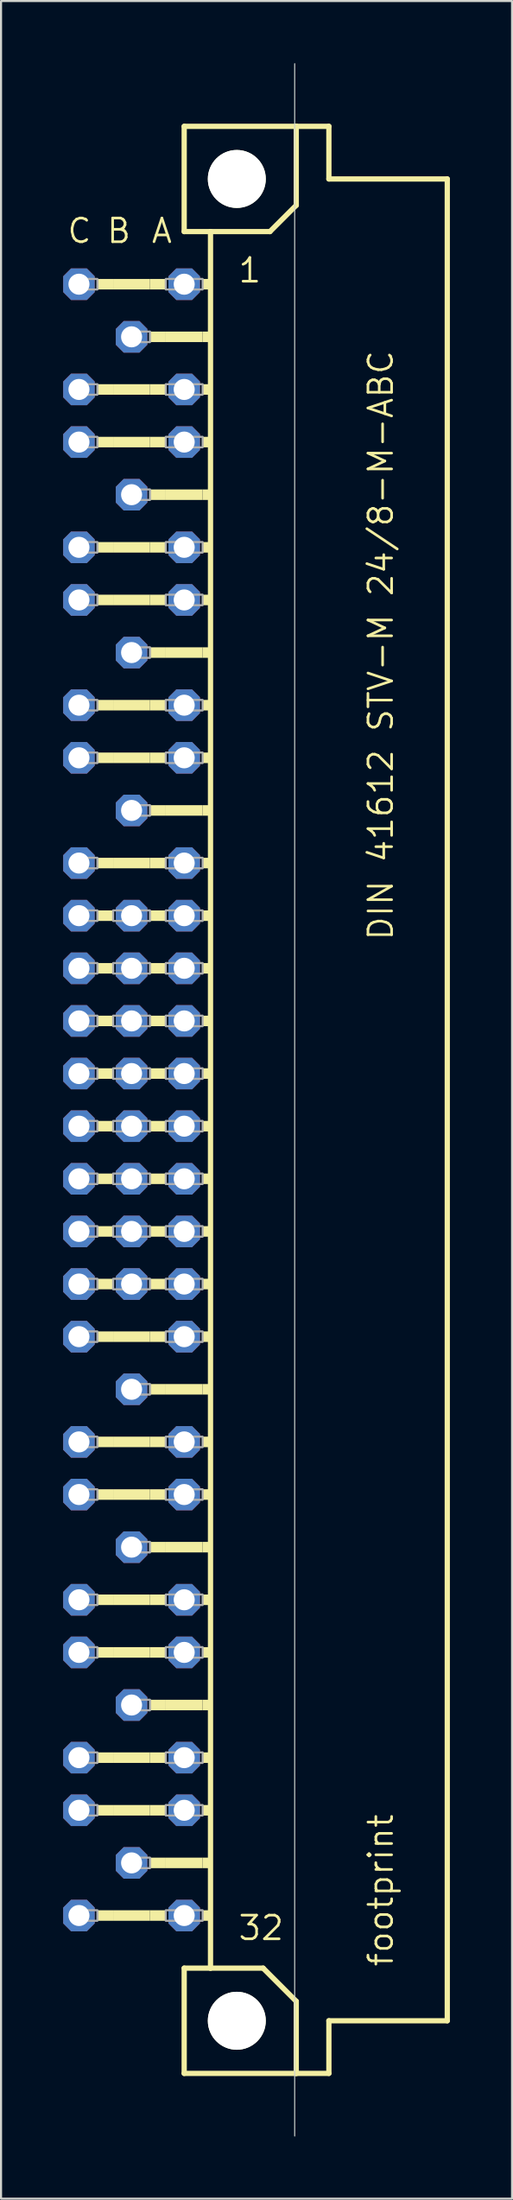
<source format=kicad_pcb>
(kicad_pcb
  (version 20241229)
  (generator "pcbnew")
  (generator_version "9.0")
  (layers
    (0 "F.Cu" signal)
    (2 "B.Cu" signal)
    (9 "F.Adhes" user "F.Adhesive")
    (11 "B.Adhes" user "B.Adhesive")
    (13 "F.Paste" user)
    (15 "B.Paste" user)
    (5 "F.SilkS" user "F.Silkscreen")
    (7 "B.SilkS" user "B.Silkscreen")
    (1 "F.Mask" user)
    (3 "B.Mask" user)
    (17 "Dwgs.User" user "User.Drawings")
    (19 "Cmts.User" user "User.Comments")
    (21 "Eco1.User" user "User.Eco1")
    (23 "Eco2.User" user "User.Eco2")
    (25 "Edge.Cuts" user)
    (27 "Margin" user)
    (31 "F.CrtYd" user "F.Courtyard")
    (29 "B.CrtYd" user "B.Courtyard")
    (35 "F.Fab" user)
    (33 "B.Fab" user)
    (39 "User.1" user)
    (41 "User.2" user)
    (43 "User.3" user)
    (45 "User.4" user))
  (footprint "footprint"
    (layer "F.Cu")
    (at 8.382 50.038)
    (property "Reference" "footprint" (at 7.62 41.91 90) (layer "F.SilkS") (effects (font (size 1.143 1.143) (thickness 0.127)) (justify left bottom)))
    (fp_line (start -2.54 -46.99) (end -2.54 -41.91) (stroke (width 0.254) (type solid)) (layer "F.SilkS"))
    (fp_line (start -2.54 -41.91) (end -1.27 -41.91) (stroke (width 0.254) (type solid)) (layer "F.SilkS"))
    (fp_line (start -2.54 41.91) (end -2.54 46.99) (stroke (width 0.254) (type solid)) (layer "F.SilkS"))
    (fp_line (start -2.54 41.91) (end -1.27 41.91) (stroke (width 0.254) (type solid)) (layer "F.SilkS"))
    (fp_line (start -2.54 46.99) (end 2.87 46.99) (stroke (width 0.254) (type solid)) (layer "F.SilkS"))
    (fp_line (start -1.27 -41.91) (end -1.27 41.91) (stroke (width 0.254) (type solid)) (layer "F.SilkS"))
    (fp_line (start -1.27 -41.91) (end 1.6 -41.91) (stroke (width 0.254) (type solid)) (layer "F.SilkS"))
    (fp_line (start -1.27 41.91) (end 1.27 41.91) (stroke (width 0.254) (type solid)) (layer "F.SilkS"))
    (fp_line (start 1.6 -41.91) (end 2.87 -43.18) (stroke (width 0.254) (type solid)) (layer "F.SilkS"))
    (fp_line (start 2.87 -46.99) (end -2.54 -46.99) (stroke (width 0.254) (type solid)) (layer "F.SilkS"))
    (fp_line (start 2.87 -43.18) (end 2.87 -46.99) (stroke (width 0.254) (type solid)) (layer "F.SilkS"))
    (fp_line (start 2.87 43.51) (end 1.27 41.91) (stroke (width 0.254) (type solid)) (layer "F.SilkS"))
    (fp_line (start 2.87 43.51) (end 2.87 46.99) (stroke (width 0.254) (type solid)) (layer "F.SilkS"))
    (fp_line (start 2.87 46.99) (end 4.445 46.99) (stroke (width 0.254) (type solid)) (layer "F.SilkS"))
    (fp_line (start 4.445 -46.99) (end 2.87 -46.99) (stroke (width 0.254) (type solid)) (layer "F.SilkS"))
    (fp_line (start 4.445 -44.45) (end 4.445 -46.99) (stroke (width 0.254) (type solid)) (layer "F.SilkS"))
    (fp_line (start 4.445 44.45) (end 10.16 44.45) (stroke (width 0.254) (type solid)) (layer "F.SilkS"))
    (fp_line (start 4.445 46.99) (end 4.445 44.45) (stroke (width 0.254) (type solid)) (layer "F.SilkS"))
    (fp_line (start 10.16 -44.45) (end 4.445 -44.45) (stroke (width 0.254) (type solid)) (layer "F.SilkS"))
    (fp_line (start 10.16 44.45) (end 10.16 -44.45) (stroke (width 0.254) (type solid)) (layer "F.SilkS"))
    (fp_circle (center 0 -44.45) (end 1.27 -44.45) (stroke (width 0.254) (type solid)) (fill no) (layer "F.SilkS"))
    (fp_circle (center 0 44.45) (end 1.27 44.45) (stroke (width 0.254) (type solid)) (fill no) (layer "F.SilkS"))
    (fp_poly (pts (xy -6.731 -39.116) (xy -5.969 -39.116) (xy -5.969 -39.624) (xy -6.731 -39.624)) (stroke (width 0) (type solid)) (fill yes) (layer "F.SilkS"))
    (fp_poly (pts (xy -6.731 -34.036) (xy -5.969 -34.036) (xy -5.969 -34.544) (xy -6.731 -34.544)) (stroke (width 0) (type solid)) (fill yes) (layer "F.SilkS"))
    (fp_poly (pts (xy -6.731 -31.496) (xy -5.969 -31.496) (xy -5.969 -32.004) (xy -6.731 -32.004)) (stroke (width 0) (type solid)) (fill yes) (layer "F.SilkS"))
    (fp_poly (pts (xy -6.731 -26.416) (xy -5.969 -26.416) (xy -5.969 -26.924) (xy -6.731 -26.924)) (stroke (width 0) (type solid)) (fill yes) (layer "F.SilkS"))
    (fp_poly (pts (xy -6.731 -23.876) (xy -5.969 -23.876) (xy -5.969 -24.384) (xy -6.731 -24.384)) (stroke (width 0) (type solid)) (fill yes) (layer "F.SilkS"))
    (fp_poly (pts (xy -6.731 -18.796) (xy -5.969 -18.796) (xy -5.969 -19.304) (xy -6.731 -19.304)) (stroke (width 0) (type solid)) (fill yes) (layer "F.SilkS"))
    (fp_poly (pts (xy -6.731 -16.256) (xy -5.969 -16.256) (xy -5.969 -16.764) (xy -6.731 -16.764)) (stroke (width 0) (type solid)) (fill yes) (layer "F.SilkS"))
    (fp_poly (pts (xy -6.731 -11.176) (xy -5.969 -11.176) (xy -5.969 -11.684) (xy -6.731 -11.684)) (stroke (width 0) (type solid)) (fill yes) (layer "F.SilkS"))
    (fp_poly (pts (xy -6.731 -8.636) (xy -5.969 -8.636) (xy -5.969 -9.144) (xy -6.731 -9.144)) (stroke (width 0) (type solid)) (fill yes) (layer "F.SilkS"))
    (fp_poly (pts (xy -6.731 -6.096) (xy -5.969 -6.096) (xy -5.969 -6.604) (xy -6.731 -6.604)) (stroke (width 0) (type solid)) (fill yes) (layer "F.SilkS"))
    (fp_poly (pts (xy -6.731 -3.556) (xy -5.969 -3.556) (xy -5.969 -4.064) (xy -6.731 -4.064)) (stroke (width 0) (type solid)) (fill yes) (layer "F.SilkS"))
    (fp_poly (pts (xy -6.731 -1.016) (xy -5.969 -1.016) (xy -5.969 -1.524) (xy -6.731 -1.524)) (stroke (width 0) (type solid)) (fill yes) (layer "F.SilkS"))
    (fp_poly (pts (xy -6.731 1.524) (xy -5.969 1.524) (xy -5.969 1.016) (xy -6.731 1.016)) (stroke (width 0) (type solid)) (fill yes) (layer "F.SilkS"))
    (fp_poly (pts (xy -6.731 4.064) (xy -5.969 4.064) (xy -5.969 3.556) (xy -6.731 3.556)) (stroke (width 0) (type solid)) (fill yes) (layer "F.SilkS"))
    (fp_poly (pts (xy -6.731 6.604) (xy -5.969 6.604) (xy -5.969 6.096) (xy -6.731 6.096)) (stroke (width 0) (type solid)) (fill yes) (layer "F.SilkS"))
    (fp_poly (pts (xy -6.731 9.144) (xy -5.969 9.144) (xy -5.969 8.636) (xy -6.731 8.636)) (stroke (width 0) (type solid)) (fill yes) (layer "F.SilkS"))
    (fp_poly (pts (xy -6.731 11.684) (xy -5.969 11.684) (xy -5.969 11.176) (xy -6.731 11.176)) (stroke (width 0) (type solid)) (fill yes) (layer "F.SilkS"))
    (fp_poly (pts (xy -6.731 16.764) (xy -5.969 16.764) (xy -5.969 16.256) (xy -6.731 16.256)) (stroke (width 0) (type solid)) (fill yes) (layer "F.SilkS"))
    (fp_poly (pts (xy -6.731 19.304) (xy -5.969 19.304) (xy -5.969 18.796) (xy -6.731 18.796)) (stroke (width 0) (type solid)) (fill yes) (layer "F.SilkS"))
    (fp_poly (pts (xy -6.731 24.384) (xy -5.969 24.384) (xy -5.969 23.876) (xy -6.731 23.876)) (stroke (width 0) (type solid)) (fill yes) (layer "F.SilkS"))
    (fp_poly (pts (xy -6.731 26.924) (xy -5.969 26.924) (xy -5.969 26.416) (xy -6.731 26.416)) (stroke (width 0) (type solid)) (fill yes) (layer "F.SilkS"))
    (fp_poly (pts (xy -6.731 32.004) (xy -5.969 32.004) (xy -5.969 31.496) (xy -6.731 31.496)) (stroke (width 0) (type solid)) (fill yes) (layer "F.SilkS"))
    (fp_poly (pts (xy -6.731 34.544) (xy -5.969 34.544) (xy -5.969 34.036) (xy -6.731 34.036)) (stroke (width 0) (type solid)) (fill yes) (layer "F.SilkS"))
    (fp_poly (pts (xy -6.731 39.624) (xy -5.969 39.624) (xy -5.969 39.116) (xy -6.731 39.116)) (stroke (width 0) (type solid)) (fill yes) (layer "F.SilkS"))
    (fp_poly (pts (xy -5.969 -39.116) (xy -4.191 -39.116) (xy -4.191 -39.624) (xy -5.969 -39.624)) (stroke (width 0) (type solid)) (fill yes) (layer "F.SilkS"))
    (fp_poly (pts (xy -5.969 -34.036) (xy -4.191 -34.036) (xy -4.191 -34.544) (xy -5.969 -34.544)) (stroke (width 0) (type solid)) (fill yes) (layer "F.SilkS"))
    (fp_poly (pts (xy -5.969 -31.496) (xy -4.191 -31.496) (xy -4.191 -32.004) (xy -5.969 -32.004)) (stroke (width 0) (type solid)) (fill yes) (layer "F.SilkS"))
    (fp_poly (pts (xy -5.969 -26.416) (xy -4.191 -26.416) (xy -4.191 -26.924) (xy -5.969 -26.924)) (stroke (width 0) (type solid)) (fill yes) (layer "F.SilkS"))
    (fp_poly (pts (xy -5.969 -23.876) (xy -4.191 -23.876) (xy -4.191 -24.384) (xy -5.969 -24.384)) (stroke (width 0) (type solid)) (fill yes) (layer "F.SilkS"))
    (fp_poly (pts (xy -5.969 -18.796) (xy -4.191 -18.796) (xy -4.191 -19.304) (xy -5.969 -19.304)) (stroke (width 0) (type solid)) (fill yes) (layer "F.SilkS"))
    (fp_poly (pts (xy -5.969 -16.256) (xy -4.191 -16.256) (xy -4.191 -16.764) (xy -5.969 -16.764)) (stroke (width 0) (type solid)) (fill yes) (layer "F.SilkS"))
    (fp_poly (pts (xy -5.969 -11.176) (xy -4.191 -11.176) (xy -4.191 -11.684) (xy -5.969 -11.684)) (stroke (width 0) (type solid)) (fill yes) (layer "F.SilkS"))
    (fp_poly (pts (xy -5.969 11.684) (xy -4.191 11.684) (xy -4.191 11.176) (xy -5.969 11.176)) (stroke (width 0) (type solid)) (fill yes) (layer "F.SilkS"))
    (fp_poly (pts (xy -5.969 16.764) (xy -4.191 16.764) (xy -4.191 16.256) (xy -5.969 16.256)) (stroke (width 0) (type solid)) (fill yes) (layer "F.SilkS"))
    (fp_poly (pts (xy -5.969 19.304) (xy -4.191 19.304) (xy -4.191 18.796) (xy -5.969 18.796)) (stroke (width 0) (type solid)) (fill yes) (layer "F.SilkS"))
    (fp_poly (pts (xy -5.969 24.384) (xy -4.191 24.384) (xy -4.191 23.876) (xy -5.969 23.876)) (stroke (width 0) (type solid)) (fill yes) (layer "F.SilkS"))
    (fp_poly (pts (xy -5.969 26.924) (xy -4.191 26.924) (xy -4.191 26.416) (xy -5.969 26.416)) (stroke (width 0) (type solid)) (fill yes) (layer "F.SilkS"))
    (fp_poly (pts (xy -5.969 32.004) (xy -4.191 32.004) (xy -4.191 31.496) (xy -5.969 31.496)) (stroke (width 0) (type solid)) (fill yes) (layer "F.SilkS"))
    (fp_poly (pts (xy -5.969 34.544) (xy -4.191 34.544) (xy -4.191 34.036) (xy -5.969 34.036)) (stroke (width 0) (type solid)) (fill yes) (layer "F.SilkS"))
    (fp_poly (pts (xy -5.969 39.624) (xy -4.191 39.624) (xy -4.191 39.116) (xy -5.969 39.116)) (stroke (width 0) (type solid)) (fill yes) (layer "F.SilkS"))
    (fp_poly (pts (xy -4.191 -39.116) (xy -3.429 -39.116) (xy -3.429 -39.624) (xy -4.191 -39.624)) (stroke (width 0) (type solid)) (fill yes) (layer "F.SilkS"))
    (fp_poly (pts (xy -4.191 -36.576) (xy -3.429 -36.576) (xy -3.429 -37.084) (xy -4.191 -37.084)) (stroke (width 0) (type solid)) (fill yes) (layer "F.SilkS"))
    (fp_poly (pts (xy -4.191 -34.036) (xy -3.429 -34.036) (xy -3.429 -34.544) (xy -4.191 -34.544)) (stroke (width 0) (type solid)) (fill yes) (layer "F.SilkS"))
    (fp_poly (pts (xy -4.191 -31.496) (xy -3.429 -31.496) (xy -3.429 -32.004) (xy -4.191 -32.004)) (stroke (width 0) (type solid)) (fill yes) (layer "F.SilkS"))
    (fp_poly (pts (xy -4.191 -28.956) (xy -3.429 -28.956) (xy -3.429 -29.464) (xy -4.191 -29.464)) (stroke (width 0) (type solid)) (fill yes) (layer "F.SilkS"))
    (fp_poly (pts (xy -4.191 -26.416) (xy -3.429 -26.416) (xy -3.429 -26.924) (xy -4.191 -26.924)) (stroke (width 0) (type solid)) (fill yes) (layer "F.SilkS"))
    (fp_poly (pts (xy -4.191 -23.876) (xy -3.429 -23.876) (xy -3.429 -24.384) (xy -4.191 -24.384)) (stroke (width 0) (type solid)) (fill yes) (layer "F.SilkS"))
    (fp_poly (pts (xy -4.191 -21.336) (xy -3.429 -21.336) (xy -3.429 -21.844) (xy -4.191 -21.844)) (stroke (width 0) (type solid)) (fill yes) (layer "F.SilkS"))
    (fp_poly (pts (xy -4.191 -18.796) (xy -3.429 -18.796) (xy -3.429 -19.304) (xy -4.191 -19.304)) (stroke (width 0) (type solid)) (fill yes) (layer "F.SilkS"))
    (fp_poly (pts (xy -4.191 -16.256) (xy -3.429 -16.256) (xy -3.429 -16.764) (xy -4.191 -16.764)) (stroke (width 0) (type solid)) (fill yes) (layer "F.SilkS"))
    (fp_poly (pts (xy -4.191 -13.716) (xy -3.429 -13.716) (xy -3.429 -14.224) (xy -4.191 -14.224)) (stroke (width 0) (type solid)) (fill yes) (layer "F.SilkS"))
    (fp_poly (pts (xy -4.191 -11.176) (xy -3.429 -11.176) (xy -3.429 -11.684) (xy -4.191 -11.684)) (stroke (width 0) (type solid)) (fill yes) (layer "F.SilkS"))
    (fp_poly (pts (xy -4.191 -8.636) (xy -3.429 -8.636) (xy -3.429 -9.144) (xy -4.191 -9.144)) (stroke (width 0) (type solid)) (fill yes) (layer "F.SilkS"))
    (fp_poly (pts (xy -4.191 -6.096) (xy -3.429 -6.096) (xy -3.429 -6.604) (xy -4.191 -6.604)) (stroke (width 0) (type solid)) (fill yes) (layer "F.SilkS"))
    (fp_poly (pts (xy -4.191 -3.556) (xy -3.429 -3.556) (xy -3.429 -4.064) (xy -4.191 -4.064)) (stroke (width 0) (type solid)) (fill yes) (layer "F.SilkS"))
    (fp_poly (pts (xy -4.191 -1.016) (xy -3.429 -1.016) (xy -3.429 -1.524) (xy -4.191 -1.524)) (stroke (width 0) (type solid)) (fill yes) (layer "F.SilkS"))
    (fp_poly (pts (xy -4.191 1.524) (xy -3.429 1.524) (xy -3.429 1.016) (xy -4.191 1.016)) (stroke (width 0) (type solid)) (fill yes) (layer "F.SilkS"))
    (fp_poly (pts (xy -4.191 4.064) (xy -3.429 4.064) (xy -3.429 3.556) (xy -4.191 3.556)) (stroke (width 0) (type solid)) (fill yes) (layer "F.SilkS"))
    (fp_poly (pts (xy -4.191 6.604) (xy -3.429 6.604) (xy -3.429 6.096) (xy -4.191 6.096)) (stroke (width 0) (type solid)) (fill yes) (layer "F.SilkS"))
    (fp_poly (pts (xy -4.191 9.144) (xy -3.429 9.144) (xy -3.429 8.636) (xy -4.191 8.636)) (stroke (width 0) (type solid)) (fill yes) (layer "F.SilkS"))
    (fp_poly (pts (xy -4.191 11.684) (xy -3.429 11.684) (xy -3.429 11.176) (xy -4.191 11.176)) (stroke (width 0) (type solid)) (fill yes) (layer "F.SilkS"))
    (fp_poly (pts (xy -4.191 14.224) (xy -3.429 14.224) (xy -3.429 13.716) (xy -4.191 13.716)) (stroke (width 0) (type solid)) (fill yes) (layer "F.SilkS"))
    (fp_poly (pts (xy -4.191 16.764) (xy -3.429 16.764) (xy -3.429 16.256) (xy -4.191 16.256)) (stroke (width 0) (type solid)) (fill yes) (layer "F.SilkS"))
    (fp_poly (pts (xy -4.191 19.304) (xy -3.429 19.304) (xy -3.429 18.796) (xy -4.191 18.796)) (stroke (width 0) (type solid)) (fill yes) (layer "F.SilkS"))
    (fp_poly (pts (xy -4.191 21.844) (xy -3.429 21.844) (xy -3.429 21.336) (xy -4.191 21.336)) (stroke (width 0) (type solid)) (fill yes) (layer "F.SilkS"))
    (fp_poly (pts (xy -4.191 24.384) (xy -3.429 24.384) (xy -3.429 23.876) (xy -4.191 23.876)) (stroke (width 0) (type solid)) (fill yes) (layer "F.SilkS"))
    (fp_poly (pts (xy -4.191 26.924) (xy -3.429 26.924) (xy -3.429 26.416) (xy -4.191 26.416)) (stroke (width 0) (type solid)) (fill yes) (layer "F.SilkS"))
    (fp_poly (pts (xy -4.191 29.464) (xy -3.429 29.464) (xy -3.429 28.956) (xy -4.191 28.956)) (stroke (width 0) (type solid)) (fill yes) (layer "F.SilkS"))
    (fp_poly (pts (xy -4.191 32.004) (xy -3.429 32.004) (xy -3.429 31.496) (xy -4.191 31.496)) (stroke (width 0) (type solid)) (fill yes) (layer "F.SilkS"))
    (fp_poly (pts (xy -4.191 34.544) (xy -3.429 34.544) (xy -3.429 34.036) (xy -4.191 34.036)) (stroke (width 0) (type solid)) (fill yes) (layer "F.SilkS"))
    (fp_poly (pts (xy -4.191 37.084) (xy -3.429 37.084) (xy -3.429 36.576) (xy -4.191 36.576)) (stroke (width 0) (type solid)) (fill yes) (layer "F.SilkS"))
    (fp_poly (pts (xy -4.191 39.624) (xy -3.429 39.624) (xy -3.429 39.116) (xy -4.191 39.116)) (stroke (width 0) (type solid)) (fill yes) (layer "F.SilkS"))
    (fp_poly (pts (xy -3.429 -36.576) (xy -1.651 -36.576) (xy -1.651 -37.084) (xy -3.429 -37.084)) (stroke (width 0) (type solid)) (fill yes) (layer "F.SilkS"))
    (fp_poly (pts (xy -3.429 -28.956) (xy -1.651 -28.956) (xy -1.651 -29.464) (xy -3.429 -29.464)) (stroke (width 0) (type solid)) (fill yes) (layer "F.SilkS"))
    (fp_poly (pts (xy -3.429 -21.336) (xy -1.651 -21.336) (xy -1.651 -21.844) (xy -3.429 -21.844)) (stroke (width 0) (type solid)) (fill yes) (layer "F.SilkS"))
    (fp_poly (pts (xy -3.429 -13.716) (xy -1.651 -13.716) (xy -1.651 -14.224) (xy -3.429 -14.224)) (stroke (width 0) (type solid)) (fill yes) (layer "F.SilkS"))
    (fp_poly (pts (xy -3.429 14.224) (xy -1.651 14.224) (xy -1.651 13.716) (xy -3.429 13.716)) (stroke (width 0) (type solid)) (fill yes) (layer "F.SilkS"))
    (fp_poly (pts (xy -3.429 21.844) (xy -1.651 21.844) (xy -1.651 21.336) (xy -3.429 21.336)) (stroke (width 0) (type solid)) (fill yes) (layer "F.SilkS"))
    (fp_poly (pts (xy -3.429 29.464) (xy -1.651 29.464) (xy -1.651 28.956) (xy -3.429 28.956)) (stroke (width 0) (type solid)) (fill yes) (layer "F.SilkS"))
    (fp_poly (pts (xy -3.429 37.084) (xy -1.651 37.084) (xy -1.651 36.576) (xy -3.429 36.576)) (stroke (width 0) (type solid)) (fill yes) (layer "F.SilkS"))
    (fp_poly (pts (xy -1.651 -39.116) (xy -1.27 -39.116) (xy -1.27 -39.624) (xy -1.651 -39.624)) (stroke (width 0) (type solid)) (fill yes) (layer "F.SilkS"))
    (fp_poly (pts (xy -1.651 -36.576) (xy -1.27 -36.576) (xy -1.27 -37.084) (xy -1.651 -37.084)) (stroke (width 0) (type solid)) (fill yes) (layer "F.SilkS"))
    (fp_poly (pts (xy -1.651 -34.036) (xy -1.27 -34.036) (xy -1.27 -34.544) (xy -1.651 -34.544)) (stroke (width 0) (type solid)) (fill yes) (layer "F.SilkS"))
    (fp_poly (pts (xy -1.651 -31.496) (xy -1.27 -31.496) (xy -1.27 -32.004) (xy -1.651 -32.004)) (stroke (width 0) (type solid)) (fill yes) (layer "F.SilkS"))
    (fp_poly (pts (xy -1.651 -28.956) (xy -1.27 -28.956) (xy -1.27 -29.464) (xy -1.651 -29.464)) (stroke (width 0) (type solid)) (fill yes) (layer "F.SilkS"))
    (fp_poly (pts (xy -1.651 -26.416) (xy -1.27 -26.416) (xy -1.27 -26.924) (xy -1.651 -26.924)) (stroke (width 0) (type solid)) (fill yes) (layer "F.SilkS"))
    (fp_poly (pts (xy -1.651 -23.876) (xy -1.27 -23.876) (xy -1.27 -24.384) (xy -1.651 -24.384)) (stroke (width 0) (type solid)) (fill yes) (layer "F.SilkS"))
    (fp_poly (pts (xy -1.651 -21.336) (xy -1.27 -21.336) (xy -1.27 -21.844) (xy -1.651 -21.844)) (stroke (width 0) (type solid)) (fill yes) (layer "F.SilkS"))
    (fp_poly (pts (xy -1.651 -18.796) (xy -1.27 -18.796) (xy -1.27 -19.304) (xy -1.651 -19.304)) (stroke (width 0) (type solid)) (fill yes) (layer "F.SilkS"))
    (fp_poly (pts (xy -1.651 -16.256) (xy -1.27 -16.256) (xy -1.27 -16.764) (xy -1.651 -16.764)) (stroke (width 0) (type solid)) (fill yes) (layer "F.SilkS"))
    (fp_poly (pts (xy -1.651 -13.716) (xy -1.27 -13.716) (xy -1.27 -14.224) (xy -1.651 -14.224)) (stroke (width 0) (type solid)) (fill yes) (layer "F.SilkS"))
    (fp_poly (pts (xy -1.651 -11.176) (xy -1.27 -11.176) (xy -1.27 -11.684) (xy -1.651 -11.684)) (stroke (width 0) (type solid)) (fill yes) (layer "F.SilkS"))
    (fp_poly (pts (xy -1.651 -8.636) (xy -1.27 -8.636) (xy -1.27 -9.144) (xy -1.651 -9.144)) (stroke (width 0) (type solid)) (fill yes) (layer "F.SilkS"))
    (fp_poly (pts (xy -1.651 -6.096) (xy -1.27 -6.096) (xy -1.27 -6.604) (xy -1.651 -6.604)) (stroke (width 0) (type solid)) (fill yes) (layer "F.SilkS"))
    (fp_poly (pts (xy -1.651 -3.556) (xy -1.27 -3.556) (xy -1.27 -4.064) (xy -1.651 -4.064)) (stroke (width 0) (type solid)) (fill yes) (layer "F.SilkS"))
    (fp_poly (pts (xy -1.651 -1.016) (xy -1.27 -1.016) (xy -1.27 -1.524) (xy -1.651 -1.524)) (stroke (width 0) (type solid)) (fill yes) (layer "F.SilkS"))
    (fp_poly (pts (xy -1.651 1.524) (xy -1.27 1.524) (xy -1.27 1.016) (xy -1.651 1.016)) (stroke (width 0) (type solid)) (fill yes) (layer "F.SilkS"))
    (fp_poly (pts (xy -1.651 4.064) (xy -1.27 4.064) (xy -1.27 3.556) (xy -1.651 3.556)) (stroke (width 0) (type solid)) (fill yes) (layer "F.SilkS"))
    (fp_poly (pts (xy -1.651 6.604) (xy -1.27 6.604) (xy -1.27 6.096) (xy -1.651 6.096)) (stroke (width 0) (type solid)) (fill yes) (layer "F.SilkS"))
    (fp_poly (pts (xy -1.651 9.144) (xy -1.27 9.144) (xy -1.27 8.636) (xy -1.651 8.636)) (stroke (width 0) (type solid)) (fill yes) (layer "F.SilkS"))
    (fp_poly (pts (xy -1.651 11.684) (xy -1.27 11.684) (xy -1.27 11.176) (xy -1.651 11.176)) (stroke (width 0) (type solid)) (fill yes) (layer "F.SilkS"))
    (fp_poly (pts (xy -1.651 14.224) (xy -1.27 14.224) (xy -1.27 13.716) (xy -1.651 13.716)) (stroke (width 0) (type solid)) (fill yes) (layer "F.SilkS"))
    (fp_poly (pts (xy -1.651 16.764) (xy -1.27 16.764) (xy -1.27 16.256) (xy -1.651 16.256)) (stroke (width 0) (type solid)) (fill yes) (layer "F.SilkS"))
    (fp_poly (pts (xy -1.651 19.304) (xy -1.27 19.304) (xy -1.27 18.796) (xy -1.651 18.796)) (stroke (width 0) (type solid)) (fill yes) (layer "F.SilkS"))
    (fp_poly (pts (xy -1.651 21.844) (xy -1.27 21.844) (xy -1.27 21.336) (xy -1.651 21.336)) (stroke (width 0) (type solid)) (fill yes) (layer "F.SilkS"))
    (fp_poly (pts (xy -1.651 24.384) (xy -1.27 24.384) (xy -1.27 23.876) (xy -1.651 23.876)) (stroke (width 0) (type solid)) (fill yes) (layer "F.SilkS"))
    (fp_poly (pts (xy -1.651 26.924) (xy -1.27 26.924) (xy -1.27 26.416) (xy -1.651 26.416)) (stroke (width 0) (type solid)) (fill yes) (layer "F.SilkS"))
    (fp_poly (pts (xy -1.651 29.464) (xy -1.27 29.464) (xy -1.27 28.956) (xy -1.651 28.956)) (stroke (width 0) (type solid)) (fill yes) (layer "F.SilkS"))
    (fp_poly (pts (xy -1.651 32.004) (xy -1.27 32.004) (xy -1.27 31.496) (xy -1.651 31.496)) (stroke (width 0) (type solid)) (fill yes) (layer "F.SilkS"))
    (fp_poly (pts (xy -1.651 34.544) (xy -1.27 34.544) (xy -1.27 34.036) (xy -1.651 34.036)) (stroke (width 0) (type solid)) (fill yes) (layer "F.SilkS"))
    (fp_poly (pts (xy -1.651 37.084) (xy -1.27 37.084) (xy -1.27 36.576) (xy -1.651 36.576)) (stroke (width 0) (type solid)) (fill yes) (layer "F.SilkS"))
    (fp_poly (pts (xy -1.651 39.624) (xy -1.27 39.624) (xy -1.27 39.116) (xy -1.651 39.116)) (stroke (width 0) (type solid)) (fill yes) (layer "F.SilkS"))
    (fp_line (start 2.794 50.013) (end 2.794 -50.013) (stroke (width 0.05) (type solid)) (layer "Edge.Cuts"))
    (fp_poly (pts (xy -7.874 -39.116) (xy -6.731 -39.116) (xy -6.731 -39.624) (xy -7.874 -39.624)) (stroke (width 0.1) (type solid)) (fill no) (layer "F.Fab"))
    (fp_poly (pts (xy -7.874 -34.036) (xy -6.731 -34.036) (xy -6.731 -34.544) (xy -7.874 -34.544)) (stroke (width 0.1) (type solid)) (fill no) (layer "F.Fab"))
    (fp_poly (pts (xy -7.874 -31.496) (xy -6.731 -31.496) (xy -6.731 -32.004) (xy -7.874 -32.004)) (stroke (width 0.1) (type solid)) (fill no) (layer "F.Fab"))
    (fp_poly (pts (xy -7.874 -26.416) (xy -6.731 -26.416) (xy -6.731 -26.924) (xy -7.874 -26.924)) (stroke (width 0.1) (type solid)) (fill no) (layer "F.Fab"))
    (fp_poly (pts (xy -7.874 -23.876) (xy -6.731 -23.876) (xy -6.731 -24.384) (xy -7.874 -24.384)) (stroke (width 0.1) (type solid)) (fill no) (layer "F.Fab"))
    (fp_poly (pts (xy -7.874 -18.796) (xy -6.731 -18.796) (xy -6.731 -19.304) (xy -7.874 -19.304)) (stroke (width 0.1) (type solid)) (fill no) (layer "F.Fab"))
    (fp_poly (pts (xy -7.874 -16.256) (xy -6.731 -16.256) (xy -6.731 -16.764) (xy -7.874 -16.764)) (stroke (width 0.1) (type solid)) (fill no) (layer "F.Fab"))
    (fp_poly (pts (xy -7.874 -11.176) (xy -6.731 -11.176) (xy -6.731 -11.684) (xy -7.874 -11.684)) (stroke (width 0.1) (type solid)) (fill no) (layer "F.Fab"))
    (fp_poly (pts (xy -7.874 -8.636) (xy -6.731 -8.636) (xy -6.731 -9.144) (xy -7.874 -9.144)) (stroke (width 0.1) (type solid)) (fill no) (layer "F.Fab"))
    (fp_poly (pts (xy -7.874 -6.096) (xy -6.731 -6.096) (xy -6.731 -6.604) (xy -7.874 -6.604)) (stroke (width 0.1) (type solid)) (fill no) (layer "F.Fab"))
    (fp_poly (pts (xy -7.874 -3.556) (xy -6.731 -3.556) (xy -6.731 -4.064) (xy -7.874 -4.064)) (stroke (width 0.1) (type solid)) (fill no) (layer "F.Fab"))
    (fp_poly (pts (xy -7.874 -1.016) (xy -6.731 -1.016) (xy -6.731 -1.524) (xy -7.874 -1.524)) (stroke (width 0.1) (type solid)) (fill no) (layer "F.Fab"))
    (fp_poly (pts (xy -7.874 1.524) (xy -6.731 1.524) (xy -6.731 1.016) (xy -7.874 1.016)) (stroke (width 0.1) (type solid)) (fill no) (layer "F.Fab"))
    (fp_poly (pts (xy -7.874 4.064) (xy -6.731 4.064) (xy -6.731 3.556) (xy -7.874 3.556)) (stroke (width 0.1) (type solid)) (fill no) (layer "F.Fab"))
    (fp_poly (pts (xy -7.874 6.604) (xy -6.731 6.604) (xy -6.731 6.096) (xy -7.874 6.096)) (stroke (width 0.1) (type solid)) (fill no) (layer "F.Fab"))
    (fp_poly (pts (xy -7.874 9.144) (xy -6.731 9.144) (xy -6.731 8.636) (xy -7.874 8.636)) (stroke (width 0.1) (type solid)) (fill no) (layer "F.Fab"))
    (fp_poly (pts (xy -7.874 11.684) (xy -6.731 11.684) (xy -6.731 11.176) (xy -7.874 11.176)) (stroke (width 0.1) (type solid)) (fill no) (layer "F.Fab"))
    (fp_poly (pts (xy -7.874 16.764) (xy -6.731 16.764) (xy -6.731 16.256) (xy -7.874 16.256)) (stroke (width 0.1) (type solid)) (fill no) (layer "F.Fab"))
    (fp_poly (pts (xy -7.874 19.304) (xy -6.731 19.304) (xy -6.731 18.796) (xy -7.874 18.796)) (stroke (width 0.1) (type solid)) (fill no) (layer "F.Fab"))
    (fp_poly (pts (xy -7.874 24.384) (xy -6.731 24.384) (xy -6.731 23.876) (xy -7.874 23.876)) (stroke (width 0.1) (type solid)) (fill no) (layer "F.Fab"))
    (fp_poly (pts (xy -7.874 26.924) (xy -6.731 26.924) (xy -6.731 26.416) (xy -7.874 26.416)) (stroke (width 0.1) (type solid)) (fill no) (layer "F.Fab"))
    (fp_poly (pts (xy -7.874 32.004) (xy -6.731 32.004) (xy -6.731 31.496) (xy -7.874 31.496)) (stroke (width 0.1) (type solid)) (fill no) (layer "F.Fab"))
    (fp_poly (pts (xy -7.874 34.544) (xy -6.731 34.544) (xy -6.731 34.036) (xy -7.874 34.036)) (stroke (width 0.1) (type solid)) (fill no) (layer "F.Fab"))
    (fp_poly (pts (xy -7.874 39.624) (xy -6.731 39.624) (xy -6.731 39.116) (xy -7.874 39.116)) (stroke (width 0.1) (type solid)) (fill no) (layer "F.Fab"))
    (fp_poly (pts (xy -5.969 -8.636) (xy -4.191 -8.636) (xy -4.191 -9.144) (xy -5.969 -9.144)) (stroke (width 0.1) (type solid)) (fill no) (layer "F.Fab"))
    (fp_poly (pts (xy -5.969 -6.096) (xy -4.191 -6.096) (xy -4.191 -6.604) (xy -5.969 -6.604)) (stroke (width 0.1) (type solid)) (fill no) (layer "F.Fab"))
    (fp_poly (pts (xy -5.969 -3.556) (xy -4.191 -3.556) (xy -4.191 -4.064) (xy -5.969 -4.064)) (stroke (width 0.1) (type solid)) (fill no) (layer "F.Fab"))
    (fp_poly (pts (xy -5.969 -1.016) (xy -4.191 -1.016) (xy -4.191 -1.524) (xy -5.969 -1.524)) (stroke (width 0.1) (type solid)) (fill no) (layer "F.Fab"))
    (fp_poly (pts (xy -5.969 1.524) (xy -4.191 1.524) (xy -4.191 1.016) (xy -5.969 1.016)) (stroke (width 0.1) (type solid)) (fill no) (layer "F.Fab"))
    (fp_poly (pts (xy -5.969 4.064) (xy -4.191 4.064) (xy -4.191 3.556) (xy -5.969 3.556)) (stroke (width 0.1) (type solid)) (fill no) (layer "F.Fab"))
    (fp_poly (pts (xy -5.969 6.604) (xy -4.191 6.604) (xy -4.191 6.096) (xy -5.969 6.096)) (stroke (width 0.1) (type solid)) (fill no) (layer "F.Fab"))
    (fp_poly (pts (xy -5.969 9.144) (xy -4.191 9.144) (xy -4.191 8.636) (xy -5.969 8.636)) (stroke (width 0.1) (type solid)) (fill no) (layer "F.Fab"))
    (fp_poly (pts (xy -5.334 -36.576) (xy -4.191 -36.576) (xy -4.191 -37.084) (xy -5.334 -37.084)) (stroke (width 0.1) (type solid)) (fill no) (layer "F.Fab"))
    (fp_poly (pts (xy -5.334 -28.956) (xy -4.191 -28.956) (xy -4.191 -29.464) (xy -5.334 -29.464)) (stroke (width 0.1) (type solid)) (fill no) (layer "F.Fab"))
    (fp_poly (pts (xy -5.334 -21.336) (xy -4.191 -21.336) (xy -4.191 -21.844) (xy -5.334 -21.844)) (stroke (width 0.1) (type solid)) (fill no) (layer "F.Fab"))
    (fp_poly (pts (xy -5.334 -13.716) (xy -4.191 -13.716) (xy -4.191 -14.224) (xy -5.334 -14.224)) (stroke (width 0.1) (type solid)) (fill no) (layer "F.Fab"))
    (fp_poly (pts (xy -5.334 14.224) (xy -4.191 14.224) (xy -4.191 13.716) (xy -5.334 13.716)) (stroke (width 0.1) (type solid)) (fill no) (layer "F.Fab"))
    (fp_poly (pts (xy -5.334 21.844) (xy -4.191 21.844) (xy -4.191 21.336) (xy -5.334 21.336)) (stroke (width 0.1) (type solid)) (fill no) (layer "F.Fab"))
    (fp_poly (pts (xy -5.334 29.464) (xy -4.191 29.464) (xy -4.191 28.956) (xy -5.334 28.956)) (stroke (width 0.1) (type solid)) (fill no) (layer "F.Fab"))
    (fp_poly (pts (xy -5.334 37.084) (xy -4.191 37.084) (xy -4.191 36.576) (xy -5.334 36.576)) (stroke (width 0.1) (type solid)) (fill no) (layer "F.Fab"))
    (fp_poly (pts (xy -3.429 -39.116) (xy -1.651 -39.116) (xy -1.651 -39.624) (xy -3.429 -39.624)) (stroke (width 0.1) (type solid)) (fill no) (layer "F.Fab"))
    (fp_poly (pts (xy -3.429 -34.036) (xy -1.651 -34.036) (xy -1.651 -34.544) (xy -3.429 -34.544)) (stroke (width 0.1) (type solid)) (fill no) (layer "F.Fab"))
    (fp_poly (pts (xy -3.429 -31.496) (xy -1.651 -31.496) (xy -1.651 -32.004) (xy -3.429 -32.004)) (stroke (width 0.1) (type solid)) (fill no) (layer "F.Fab"))
    (fp_poly (pts (xy -3.429 -26.416) (xy -1.651 -26.416) (xy -1.651 -26.924) (xy -3.429 -26.924)) (stroke (width 0.1) (type solid)) (fill no) (layer "F.Fab"))
    (fp_poly (pts (xy -3.429 -23.876) (xy -1.651 -23.876) (xy -1.651 -24.384) (xy -3.429 -24.384)) (stroke (width 0.1) (type solid)) (fill no) (layer "F.Fab"))
    (fp_poly (pts (xy -3.429 -18.796) (xy -1.651 -18.796) (xy -1.651 -19.304) (xy -3.429 -19.304)) (stroke (width 0.1) (type solid)) (fill no) (layer "F.Fab"))
    (fp_poly (pts (xy -3.429 -16.256) (xy -1.651 -16.256) (xy -1.651 -16.764) (xy -3.429 -16.764)) (stroke (width 0.1) (type solid)) (fill no) (layer "F.Fab"))
    (fp_poly (pts (xy -3.429 -11.176) (xy -1.651 -11.176) (xy -1.651 -11.684) (xy -3.429 -11.684)) (stroke (width 0.1) (type solid)) (fill no) (layer "F.Fab"))
    (fp_poly (pts (xy -3.429 -8.636) (xy -1.651 -8.636) (xy -1.651 -9.144) (xy -3.429 -9.144)) (stroke (width 0.1) (type solid)) (fill no) (layer "F.Fab"))
    (fp_poly (pts (xy -3.429 -6.096) (xy -1.651 -6.096) (xy -1.651 -6.604) (xy -3.429 -6.604)) (stroke (width 0.1) (type solid)) (fill no) (layer "F.Fab"))
    (fp_poly (pts (xy -3.429 -3.556) (xy -1.651 -3.556) (xy -1.651 -4.064) (xy -3.429 -4.064)) (stroke (width 0.1) (type solid)) (fill no) (layer "F.Fab"))
    (fp_poly (pts (xy -3.429 -1.016) (xy -1.651 -1.016) (xy -1.651 -1.524) (xy -3.429 -1.524)) (stroke (width 0.1) (type solid)) (fill no) (layer "F.Fab"))
    (fp_poly (pts (xy -3.429 1.524) (xy -1.651 1.524) (xy -1.651 1.016) (xy -3.429 1.016)) (stroke (width 0.1) (type solid)) (fill no) (layer "F.Fab"))
    (fp_poly (pts (xy -3.429 4.064) (xy -1.651 4.064) (xy -1.651 3.556) (xy -3.429 3.556)) (stroke (width 0.1) (type solid)) (fill no) (layer "F.Fab"))
    (fp_poly (pts (xy -3.429 6.604) (xy -1.651 6.604) (xy -1.651 6.096) (xy -3.429 6.096)) (stroke (width 0.1) (type solid)) (fill no) (layer "F.Fab"))
    (fp_poly (pts (xy -3.429 9.144) (xy -1.651 9.144) (xy -1.651 8.636) (xy -3.429 8.636)) (stroke (width 0.1) (type solid)) (fill no) (layer "F.Fab"))
    (fp_poly (pts (xy -3.429 11.684) (xy -1.651 11.684) (xy -1.651 11.176) (xy -3.429 11.176)) (stroke (width 0.1) (type solid)) (fill no) (layer "F.Fab"))
    (fp_poly (pts (xy -3.429 16.764) (xy -1.651 16.764) (xy -1.651 16.256) (xy -3.429 16.256)) (stroke (width 0.1) (type solid)) (fill no) (layer "F.Fab"))
    (fp_poly (pts (xy -3.429 19.304) (xy -1.651 19.304) (xy -1.651 18.796) (xy -3.429 18.796)) (stroke (width 0.1) (type solid)) (fill no) (layer "F.Fab"))
    (fp_poly (pts (xy -3.429 24.384) (xy -1.651 24.384) (xy -1.651 23.876) (xy -3.429 23.876)) (stroke (width 0.1) (type solid)) (fill no) (layer "F.Fab"))
    (fp_poly (pts (xy -3.429 26.924) (xy -1.651 26.924) (xy -1.651 26.416) (xy -3.429 26.416)) (stroke (width 0.1) (type solid)) (fill no) (layer "F.Fab"))
    (fp_poly (pts (xy -3.429 32.004) (xy -1.651 32.004) (xy -1.651 31.496) (xy -3.429 31.496)) (stroke (width 0.1) (type solid)) (fill no) (layer "F.Fab"))
    (fp_poly (pts (xy -3.429 34.544) (xy -1.651 34.544) (xy -1.651 34.036) (xy -3.429 34.036)) (stroke (width 0.1) (type solid)) (fill no) (layer "F.Fab"))
    (fp_poly (pts (xy -3.429 39.624) (xy -1.651 39.624) (xy -1.651 39.116) (xy -3.429 39.116)) (stroke (width 0.1) (type solid)) (fill no) (layer "F.Fab"))
    (fp_text user "DIN 41612 STV-M 24/8-M-ABC" (at 7.62 -7.62 90) (layer "F.SilkS") (effects (font (size 1.143 1.143) (thickness 0.127)) (justify left bottom)))
    (fp_text user "C" (at -8.255 -41.275 0) (layer "F.SilkS") (effects (font (size 1.143 1.143) (thickness 0.127)) (justify left bottom)))
    (fp_text user "B" (at -6.35 -41.275 0) (layer "F.SilkS") (effects (font (size 1.143 1.143) (thickness 0.127)) (justify left bottom)))
    (fp_text user "1" (at 0 -39.37 0) (layer "F.SilkS") (effects (font (size 1.143 1.143) (thickness 0.127)) (justify left bottom)))
    (fp_text user "32" (at 0 40.64 0) (layer "F.SilkS") (effects (font (size 1.143 1.143) (thickness 0.127)) (justify left bottom)))
    (fp_text user "A" (at -4.191 -41.275 0) (layer "F.SilkS") (effects (font (size 1.143 1.143) (thickness 0.127)) (justify left bottom)))
    (pad "" np_thru_hole circle (at 0 -44.45) (size 2.8 2.8) (drill 2.8) (layers "*.Cu" "*.Mask"))
    (pad "" np_thru_hole circle (at 0 44.45) (size 2.8 2.8) (drill 2.8) (layers "*.Cu" "*.Mask"))
    (pad "A1" thru_hole roundrect (at -2.54 -39.37) (size 1.524 1.524) (drill 1.016) (layers "*.Cu" "*.Mask") (roundrect_rratio 0.25) (chamfer_ratio 0.25) (chamfer top_left top_right bottom_left bottom_right))
    (pad "A3" thru_hole roundrect (at -2.54 -34.29) (size 1.524 1.524) (drill 1.016) (layers "*.Cu" "*.Mask") (roundrect_rratio 0.25) (chamfer_ratio 0.25) (chamfer top_left top_right bottom_left bottom_right))
    (pad "A4" thru_hole roundrect (at -2.54 -31.75) (size 1.524 1.524) (drill 1.016) (layers "*.Cu" "*.Mask") (roundrect_rratio 0.25) (chamfer_ratio 0.25) (chamfer top_left top_right bottom_left bottom_right))
    (pad "A6" thru_hole roundrect (at -2.54 -26.67) (size 1.524 1.524) (drill 1.016) (layers "*.Cu" "*.Mask") (roundrect_rratio 0.25) (chamfer_ratio 0.25) (chamfer top_left top_right bottom_left bottom_right))
    (pad "A7" thru_hole roundrect (at -2.54 -24.13) (size 1.524 1.524) (drill 1.016) (layers "*.Cu" "*.Mask") (roundrect_rratio 0.25) (chamfer_ratio 0.25) (chamfer top_left top_right bottom_left bottom_right))
    (pad "A9" thru_hole roundrect (at -2.54 -19.05) (size 1.524 1.524) (drill 1.016) (layers "*.Cu" "*.Mask") (roundrect_rratio 0.25) (chamfer_ratio 0.25) (chamfer top_left top_right bottom_left bottom_right))
    (pad "A10" thru_hole roundrect (at -2.54 -16.51) (size 1.524 1.524) (drill 1.016) (layers "*.Cu" "*.Mask") (roundrect_rratio 0.25) (chamfer_ratio 0.25) (chamfer top_left top_right bottom_left bottom_right))
    (pad "A12" thru_hole roundrect (at -2.54 -11.43) (size 1.524 1.524) (drill 1.016) (layers "*.Cu" "*.Mask") (roundrect_rratio 0.25) (chamfer_ratio 0.25) (chamfer top_left top_right bottom_left bottom_right))
    (pad "A13" thru_hole roundrect (at -2.54 -8.89) (size 1.524 1.524) (drill 1.016) (layers "*.Cu" "*.Mask") (roundrect_rratio 0.25) (chamfer_ratio 0.25) (chamfer top_left top_right bottom_left bottom_right))
    (pad "A14" thru_hole roundrect (at -2.54 -6.35) (size 1.524 1.524) (drill 1.016) (layers "*.Cu" "*.Mask") (roundrect_rratio 0.25) (chamfer_ratio 0.25) (chamfer top_left top_right bottom_left bottom_right))
    (pad "A15" thru_hole roundrect (at -2.54 -3.81) (size 1.524 1.524) (drill 1.016) (layers "*.Cu" "*.Mask") (roundrect_rratio 0.25) (chamfer_ratio 0.25) (chamfer top_left top_right bottom_left bottom_right))
    (pad "A16" thru_hole roundrect (at -2.54 -1.27) (size 1.524 1.524) (drill 1.016) (layers "*.Cu" "*.Mask") (roundrect_rratio 0.25) (chamfer_ratio 0.25) (chamfer top_left top_right bottom_left bottom_right))
    (pad "A17" thru_hole roundrect (at -2.54 1.27) (size 1.524 1.524) (drill 1.016) (layers "*.Cu" "*.Mask") (roundrect_rratio 0.25) (chamfer_ratio 0.25) (chamfer top_left top_right bottom_left bottom_right))
    (pad "A18" thru_hole roundrect (at -2.54 3.81) (size 1.524 1.524) (drill 1.016) (layers "*.Cu" "*.Mask") (roundrect_rratio 0.25) (chamfer_ratio 0.25) (chamfer top_left top_right bottom_left bottom_right))
    (pad "A19" thru_hole roundrect (at -2.54 6.35) (size 1.524 1.524) (drill 1.016) (layers "*.Cu" "*.Mask") (roundrect_rratio 0.25) (chamfer_ratio 0.25) (chamfer top_left top_right bottom_left bottom_right))
    (pad "A20" thru_hole roundrect (at -2.54 8.89) (size 1.524 1.524) (drill 1.016) (layers "*.Cu" "*.Mask") (roundrect_rratio 0.25) (chamfer_ratio 0.25) (chamfer top_left top_right bottom_left bottom_right))
    (pad "A21" thru_hole roundrect (at -2.54 11.43) (size 1.524 1.524) (drill 1.016) (layers "*.Cu" "*.Mask") (roundrect_rratio 0.25) (chamfer_ratio 0.25) (chamfer top_left top_right bottom_left bottom_right))
    (pad "A23" thru_hole roundrect (at -2.54 16.51) (size 1.524 1.524) (drill 1.016) (layers "*.Cu" "*.Mask") (roundrect_rratio 0.25) (chamfer_ratio 0.25) (chamfer top_left top_right bottom_left bottom_right))
    (pad "A24" thru_hole roundrect (at -2.54 19.05) (size 1.524 1.524) (drill 1.016) (layers "*.Cu" "*.Mask") (roundrect_rratio 0.25) (chamfer_ratio 0.25) (chamfer top_left top_right bottom_left bottom_right))
    (pad "A26" thru_hole roundrect (at -2.54 24.13) (size 1.524 1.524) (drill 1.016) (layers "*.Cu" "*.Mask") (roundrect_rratio 0.25) (chamfer_ratio 0.25) (chamfer top_left top_right bottom_left bottom_right))
    (pad "A27" thru_hole roundrect (at -2.54 26.67) (size 1.524 1.524) (drill 1.016) (layers "*.Cu" "*.Mask") (roundrect_rratio 0.25) (chamfer_ratio 0.25) (chamfer top_left top_right bottom_left bottom_right))
    (pad "A29" thru_hole roundrect (at -2.54 31.75) (size 1.524 1.524) (drill 1.016) (layers "*.Cu" "*.Mask") (roundrect_rratio 0.25) (chamfer_ratio 0.25) (chamfer top_left top_right bottom_left bottom_right))
    (pad "A30" thru_hole roundrect (at -2.54 34.29) (size 1.524 1.524) (drill 1.016) (layers "*.Cu" "*.Mask") (roundrect_rratio 0.25) (chamfer_ratio 0.25) (chamfer top_left top_right bottom_left bottom_right))
    (pad "A32" thru_hole roundrect (at -2.54 39.37) (size 1.524 1.524) (drill 1.016) (layers "*.Cu" "*.Mask") (roundrect_rratio 0.25) (chamfer_ratio 0.25) (chamfer top_left top_right bottom_left bottom_right))
    (pad "B2" thru_hole roundrect (at -5.08 -36.83) (size 1.524 1.524) (drill 1.016) (layers "*.Cu" "*.Mask") (roundrect_rratio 0.25) (chamfer_ratio 0.25) (chamfer top_left top_right bottom_left bottom_right))
    (pad "B5" thru_hole roundrect (at -5.08 -29.21) (size 1.524 1.524) (drill 1.016) (layers "*.Cu" "*.Mask") (roundrect_rratio 0.25) (chamfer_ratio 0.25) (chamfer top_left top_right bottom_left bottom_right))
    (pad "B8" thru_hole roundrect (at -5.08 -21.59) (size 1.524 1.524) (drill 1.016) (layers "*.Cu" "*.Mask") (roundrect_rratio 0.25) (chamfer_ratio 0.25) (chamfer top_left top_right bottom_left bottom_right))
    (pad "B11" thru_hole roundrect (at -5.08 -13.97) (size 1.524 1.524) (drill 1.016) (layers "*.Cu" "*.Mask") (roundrect_rratio 0.25) (chamfer_ratio 0.25) (chamfer top_left top_right bottom_left bottom_right))
    (pad "B13" thru_hole roundrect (at -5.08 -8.89) (size 1.524 1.524) (drill 1.016) (layers "*.Cu" "*.Mask") (roundrect_rratio 0.25) (chamfer_ratio 0.25) (chamfer top_left top_right bottom_left bottom_right))
    (pad "B14" thru_hole roundrect (at -5.08 -6.35) (size 1.524 1.524) (drill 1.016) (layers "*.Cu" "*.Mask") (roundrect_rratio 0.25) (chamfer_ratio 0.25) (chamfer top_left top_right bottom_left bottom_right))
    (pad "B15" thru_hole roundrect (at -5.08 -3.81) (size 1.524 1.524) (drill 1.016) (layers "*.Cu" "*.Mask") (roundrect_rratio 0.25) (chamfer_ratio 0.25) (chamfer top_left top_right bottom_left bottom_right))
    (pad "B16" thru_hole roundrect (at -5.08 -1.27) (size 1.524 1.524) (drill 1.016) (layers "*.Cu" "*.Mask") (roundrect_rratio 0.25) (chamfer_ratio 0.25) (chamfer top_left top_right bottom_left bottom_right))
    (pad "B17" thru_hole roundrect (at -5.08 1.27) (size 1.524 1.524) (drill 1.016) (layers "*.Cu" "*.Mask") (roundrect_rratio 0.25) (chamfer_ratio 0.25) (chamfer top_left top_right bottom_left bottom_right))
    (pad "B18" thru_hole roundrect (at -5.08 3.81) (size 1.524 1.524) (drill 1.016) (layers "*.Cu" "*.Mask") (roundrect_rratio 0.25) (chamfer_ratio 0.25) (chamfer top_left top_right bottom_left bottom_right))
    (pad "B19" thru_hole roundrect (at -5.08 6.35) (size 1.524 1.524) (drill 1.016) (layers "*.Cu" "*.Mask") (roundrect_rratio 0.25) (chamfer_ratio 0.25) (chamfer top_left top_right bottom_left bottom_right))
    (pad "B20" thru_hole roundrect (at -5.08 8.89) (size 1.524 1.524) (drill 1.016) (layers "*.Cu" "*.Mask") (roundrect_rratio 0.25) (chamfer_ratio 0.25) (chamfer top_left top_right bottom_left bottom_right))
    (pad "B22" thru_hole roundrect (at -5.08 13.97) (size 1.524 1.524) (drill 1.016) (layers "*.Cu" "*.Mask") (roundrect_rratio 0.25) (chamfer_ratio 0.25) (chamfer top_left top_right bottom_left bottom_right))
    (pad "B25" thru_hole roundrect (at -5.08 21.59) (size 1.524 1.524) (drill 1.016) (layers "*.Cu" "*.Mask") (roundrect_rratio 0.25) (chamfer_ratio 0.25) (chamfer top_left top_right bottom_left bottom_right))
    (pad "B28" thru_hole roundrect (at -5.08 29.21) (size 1.524 1.524) (drill 1.016) (layers "*.Cu" "*.Mask") (roundrect_rratio 0.25) (chamfer_ratio 0.25) (chamfer top_left top_right bottom_left bottom_right))
    (pad "B31" thru_hole roundrect (at -5.08 36.83) (size 1.524 1.524) (drill 1.016) (layers "*.Cu" "*.Mask") (roundrect_rratio 0.25) (chamfer_ratio 0.25) (chamfer top_left top_right bottom_left bottom_right))
    (pad "C1" thru_hole roundrect (at -7.62 -39.37) (size 1.524 1.524) (drill 1.016) (layers "*.Cu" "*.Mask") (roundrect_rratio 0.25) (chamfer_ratio 0.25) (chamfer top_left top_right bottom_left bottom_right))
    (pad "C3" thru_hole roundrect (at -7.62 -34.29) (size 1.524 1.524) (drill 1.016) (layers "*.Cu" "*.Mask") (roundrect_rratio 0.25) (chamfer_ratio 0.25) (chamfer top_left top_right bottom_left bottom_right))
    (pad "C4" thru_hole roundrect (at -7.62 -31.75) (size 1.524 1.524) (drill 1.016) (layers "*.Cu" "*.Mask") (roundrect_rratio 0.25) (chamfer_ratio 0.25) (chamfer top_left top_right bottom_left bottom_right))
    (pad "C6" thru_hole roundrect (at -7.62 -26.67) (size 1.524 1.524) (drill 1.016) (layers "*.Cu" "*.Mask") (roundrect_rratio 0.25) (chamfer_ratio 0.25) (chamfer top_left top_right bottom_left bottom_right))
    (pad "C7" thru_hole roundrect (at -7.62 -24.13) (size 1.524 1.524) (drill 1.016) (layers "*.Cu" "*.Mask") (roundrect_rratio 0.25) (chamfer_ratio 0.25) (chamfer top_left top_right bottom_left bottom_right))
    (pad "C9" thru_hole roundrect (at -7.62 -19.05) (size 1.524 1.524) (drill 1.016) (layers "*.Cu" "*.Mask") (roundrect_rratio 0.25) (chamfer_ratio 0.25) (chamfer top_left top_right bottom_left bottom_right))
    (pad "C10" thru_hole roundrect (at -7.62 -16.51) (size 1.524 1.524) (drill 1.016) (layers "*.Cu" "*.Mask") (roundrect_rratio 0.25) (chamfer_ratio 0.25) (chamfer top_left top_right bottom_left bottom_right))
    (pad "C12" thru_hole roundrect (at -7.62 -11.43) (size 1.524 1.524) (drill 1.016) (layers "*.Cu" "*.Mask") (roundrect_rratio 0.25) (chamfer_ratio 0.25) (chamfer top_left top_right bottom_left bottom_right))
    (pad "C13" thru_hole roundrect (at -7.62 -8.89) (size 1.524 1.524) (drill 1.016) (layers "*.Cu" "*.Mask") (roundrect_rratio 0.25) (chamfer_ratio 0.25) (chamfer top_left top_right bottom_left bottom_right))
    (pad "C14" thru_hole roundrect (at -7.62 -6.35) (size 1.524 1.524) (drill 1.016) (layers "*.Cu" "*.Mask") (roundrect_rratio 0.25) (chamfer_ratio 0.25) (chamfer top_left top_right bottom_left bottom_right))
    (pad "C15" thru_hole roundrect (at -7.62 -3.81) (size 1.524 1.524) (drill 1.016) (layers "*.Cu" "*.Mask") (roundrect_rratio 0.25) (chamfer_ratio 0.25) (chamfer top_left top_right bottom_left bottom_right))
    (pad "C16" thru_hole roundrect (at -7.62 -1.27) (size 1.524 1.524) (drill 1.016) (layers "*.Cu" "*.Mask") (roundrect_rratio 0.25) (chamfer_ratio 0.25) (chamfer top_left top_right bottom_left bottom_right))
    (pad "C17" thru_hole roundrect (at -7.62 1.27) (size 1.524 1.524) (drill 1.016) (layers "*.Cu" "*.Mask") (roundrect_rratio 0.25) (chamfer_ratio 0.25) (chamfer top_left top_right bottom_left bottom_right))
    (pad "C18" thru_hole roundrect (at -7.62 3.81) (size 1.524 1.524) (drill 1.016) (layers "*.Cu" "*.Mask") (roundrect_rratio 0.25) (chamfer_ratio 0.25) (chamfer top_left top_right bottom_left bottom_right))
    (pad "C19" thru_hole roundrect (at -7.62 6.35) (size 1.524 1.524) (drill 1.016) (layers "*.Cu" "*.Mask") (roundrect_rratio 0.25) (chamfer_ratio 0.25) (chamfer top_left top_right bottom_left bottom_right))
    (pad "C20" thru_hole roundrect (at -7.62 8.89) (size 1.524 1.524) (drill 1.016) (layers "*.Cu" "*.Mask") (roundrect_rratio 0.25) (chamfer_ratio 0.25) (chamfer top_left top_right bottom_left bottom_right))
    (pad "C21" thru_hole roundrect (at -7.62 11.43) (size 1.524 1.524) (drill 1.016) (layers "*.Cu" "*.Mask") (roundrect_rratio 0.25) (chamfer_ratio 0.25) (chamfer top_left top_right bottom_left bottom_right))
    (pad "C23" thru_hole roundrect (at -7.62 16.51) (size 1.524 1.524) (drill 1.016) (layers "*.Cu" "*.Mask") (roundrect_rratio 0.25) (chamfer_ratio 0.25) (chamfer top_left top_right bottom_left bottom_right))
    (pad "C24" thru_hole roundrect (at -7.62 19.05) (size 1.524 1.524) (drill 1.016) (layers "*.Cu" "*.Mask") (roundrect_rratio 0.25) (chamfer_ratio 0.25) (chamfer top_left top_right bottom_left bottom_right))
    (pad "C26" thru_hole roundrect (at -7.62 24.13) (size 1.524 1.524) (drill 1.016) (layers "*.Cu" "*.Mask") (roundrect_rratio 0.25) (chamfer_ratio 0.25) (chamfer top_left top_right bottom_left bottom_right))
    (pad "C27" thru_hole roundrect (at -7.62 26.67) (size 1.524 1.524) (drill 1.016) (layers "*.Cu" "*.Mask") (roundrect_rratio 0.25) (chamfer_ratio 0.25) (chamfer top_left top_right bottom_left bottom_right))
    (pad "C29" thru_hole roundrect (at -7.62 31.75) (size 1.524 1.524) (drill 1.016) (layers "*.Cu" "*.Mask") (roundrect_rratio 0.25) (chamfer_ratio 0.25) (chamfer top_left top_right bottom_left bottom_right))
    (pad "C30" thru_hole roundrect (at -7.62 34.29) (size 1.524 1.524) (drill 1.016) (layers "*.Cu" "*.Mask") (roundrect_rratio 0.25) (chamfer_ratio 0.25) (chamfer top_left top_right bottom_left bottom_right))
    (pad "C32" thru_hole roundrect (at -7.62 39.37) (size 1.524 1.524) (drill 1.016) (layers "*.Cu" "*.Mask") (roundrect_rratio 0.25) (chamfer_ratio 0.25) (chamfer top_left top_right bottom_left bottom_right))
    (zone (net_name "") (layers "F.Cu" "B.Cu") (hatch edge 0.508) (connect_pads) (min_thickness 0.254) (filled_areas_thickness no) (keepout (tracks allowed) (vias not_allowed) (pads allowed) (copperpour allowed) (footprints allowed)) (placement (enabled no)) (fill) (polygon (pts (xy 11.557 5.588) (xy 11.509 5.036) (xy 11.366 4.502) (xy 11.132 4) (xy 10.814 3.547) (xy 10.423 3.155) (xy 9.97 2.838) (xy 9.468 2.604) (xy 8.933 2.461) (xy 8.382 2.413) (xy 7.831 2.461) (xy 7.296 2.604) (xy 6.795 2.838) (xy 6.341 3.155) (xy 5.95 3.547) (xy 5.632 4) (xy 5.398 4.502) (xy 5.255 5.036) (xy 5.207 5.588) (xy 5.255 6.139) (xy 5.398 6.674) (xy 5.632 7.175) (xy 5.95 7.628) (xy 6.341 8.02) (xy 6.795 8.337) (xy 7.296 8.571) (xy 7.831 8.714) (xy 8.382 8.763) (xy 8.933 8.714) (xy 9.468 8.571) (xy 9.97 8.337) (xy 10.423 8.02) (xy 10.814 7.628) (xy 11.132 7.175) (xy 11.366 6.674) (xy 11.509 6.139))) (polygon (pts (xy 9.779 5.588) (xy 9.758 5.345) (xy 9.695 5.11) (xy 9.592 4.889) (xy 9.452 4.69) (xy 9.28 4.517) (xy 9.081 4.378) (xy 8.86 4.275) (xy 8.625 4.212) (xy 8.382 4.191) (xy 8.139 4.212) (xy 7.904 4.275) (xy 7.684 4.378) (xy 7.484 4.517) (xy 7.312 4.69) (xy 7.172 4.889) (xy 7.069 5.11) (xy 7.006 5.345) (xy 6.985 5.588) (xy 7.006 5.83) (xy 7.069 6.065) (xy 7.172 6.286) (xy 7.312 6.486) (xy 7.484 6.658) (xy 7.684 6.797) (xy 7.904 6.9) (xy 8.139 6.963) (xy 8.382 6.985) (xy 8.625 6.963) (xy 8.86 6.9) (xy 9.081 6.797) (xy 9.28 6.658) (xy 9.452 6.486) (xy 9.592 6.286) (xy 9.695 6.065) (xy 9.758 5.83))))
    (zone (net_name "") (layers "F.Cu" "B.Cu") (hatch edge 0.508) (connect_pads) (min_thickness 0.254) (filled_areas_thickness no) (keepout (tracks allowed) (vias not_allowed) (pads allowed) (copperpour allowed) (footprints allowed)) (placement (enabled no)) (fill) (polygon (pts (xy 11.557 94.488) (xy 11.509 93.936) (xy 11.366 93.402) (xy 11.132 92.9) (xy 10.814 92.447) (xy 10.423 92.055) (xy 9.97 91.738) (xy 9.468 91.504) (xy 8.933 91.361) (xy 8.382 91.313) (xy 7.831 91.361) (xy 7.296 91.504) (xy 6.795 91.738) (xy 6.341 92.055) (xy 5.95 92.447) (xy 5.632 92.9) (xy 5.398 93.402) (xy 5.255 93.936) (xy 5.207 94.488) (xy 5.255 95.039) (xy 5.398 95.574) (xy 5.632 96.075) (xy 5.95 96.528) (xy 6.341 96.92) (xy 6.795 97.237) (xy 7.296 97.471) (xy 7.831 97.614) (xy 8.382 97.663) (xy 8.933 97.614) (xy 9.468 97.471) (xy 9.97 97.237) (xy 10.423 96.92) (xy 10.814 96.528) (xy 11.132 96.075) (xy 11.366 95.574) (xy 11.509 95.039))) (polygon (pts (xy 9.779 94.488) (xy 9.758 94.245) (xy 9.695 94.01) (xy 9.592 93.789) (xy 9.452 93.59) (xy 9.28 93.417) (xy 9.081 93.278) (xy 8.86 93.175) (xy 8.625 93.112) (xy 8.382 93.091) (xy 8.139 93.112) (xy 7.904 93.175) (xy 7.684 93.278) (xy 7.484 93.417) (xy 7.312 93.59) (xy 7.172 93.789) (xy 7.069 94.01) (xy 7.006 94.245) (xy 6.985 94.488) (xy 7.006 94.73) (xy 7.069 94.965) (xy 7.172 95.186) (xy 7.312 95.386) (xy 7.484 95.558) (xy 7.684 95.697) (xy 7.904 95.8) (xy 8.139 95.863) (xy 8.382 95.885) (xy 8.625 95.863) (xy 8.86 95.8) (xy 9.081 95.697) (xy 9.28 95.558) (xy 9.452 95.386) (xy 9.592 95.186) (xy 9.695 94.965) (xy 9.758 94.73))))
    (zone (net_name "") (layer "B.Cu") (hatch edge 0.508) (connect_pads) (min_thickness 0.254) (filled_areas_thickness no) (keepout (tracks not_allowed) (vias not_allowed) (pads not_allowed) (copperpour not_allowed) (footprints allowed)) (placement (enabled no)) (fill) (polygon (pts (xy 11.557 5.588) (xy 11.509 5.036) (xy 11.366 4.502) (xy 11.132 4) (xy 10.814 3.547) (xy 10.423 3.155) (xy 9.97 2.838) (xy 9.468 2.604) (xy 8.933 2.461) (xy 8.382 2.413) (xy 7.831 2.461) (xy 7.296 2.604) (xy 6.795 2.838) (xy 6.341 3.155) (xy 5.95 3.547) (xy 5.632 4) (xy 5.398 4.502) (xy 5.255 5.036) (xy 5.207 5.588) (xy 5.255 6.139) (xy 5.398 6.674) (xy 5.632 7.175) (xy 5.95 7.628) (xy 6.341 8.02) (xy 6.795 8.337) (xy 7.296 8.571) (xy 7.831 8.714) (xy 8.382 8.763) (xy 8.933 8.714) (xy 9.468 8.571) (xy 9.97 8.337) (xy 10.423 8.02) (xy 10.814 7.628) (xy 11.132 7.175) (xy 11.366 6.674) (xy 11.509 6.139))) (polygon (pts (xy 9.779 5.588) (xy 9.758 5.345) (xy 9.695 5.11) (xy 9.592 4.889) (xy 9.452 4.69) (xy 9.28 4.517) (xy 9.081 4.378) (xy 8.86 4.275) (xy 8.625 4.212) (xy 8.382 4.191) (xy 8.139 4.212) (xy 7.904 4.275) (xy 7.684 4.378) (xy 7.484 4.517) (xy 7.312 4.69) (xy 7.172 4.889) (xy 7.069 5.11) (xy 7.006 5.345) (xy 6.985 5.588) (xy 7.006 5.83) (xy 7.069 6.065) (xy 7.172 6.286) (xy 7.312 6.486) (xy 7.484 6.658) (xy 7.684 6.797) (xy 7.904 6.9) (xy 8.139 6.963) (xy 8.382 6.985) (xy 8.625 6.963) (xy 8.86 6.9) (xy 9.081 6.797) (xy 9.28 6.658) (xy 9.452 6.486) (xy 9.592 6.286) (xy 9.695 6.065) (xy 9.758 5.83))))
    (zone (net_name "") (layer "B.Cu") (hatch edge 0.508) (connect_pads) (min_thickness 0.254) (filled_areas_thickness no) (keepout (tracks not_allowed) (vias not_allowed) (pads not_allowed) (copperpour not_allowed) (footprints allowed)) (placement (enabled no)) (fill) (polygon (pts (xy 11.557 94.488) (xy 11.509 93.936) (xy 11.366 93.402) (xy 11.132 92.9) (xy 10.814 92.447) (xy 10.423 92.055) (xy 9.97 91.738) (xy 9.468 91.504) (xy 8.933 91.361) (xy 8.382 91.313) (xy 7.831 91.361) (xy 7.296 91.504) (xy 6.795 91.738) (xy 6.341 92.055) (xy 5.95 92.447) (xy 5.632 92.9) (xy 5.398 93.402) (xy 5.255 93.936) (xy 5.207 94.488) (xy 5.255 95.039) (xy 5.398 95.574) (xy 5.632 96.075) (xy 5.95 96.528) (xy 6.341 96.92) (xy 6.795 97.237) (xy 7.296 97.471) (xy 7.831 97.614) (xy 8.382 97.663) (xy 8.933 97.614) (xy 9.468 97.471) (xy 9.97 97.237) (xy 10.423 96.92) (xy 10.814 96.528) (xy 11.132 96.075) (xy 11.366 95.574) (xy 11.509 95.039))) (polygon (pts (xy 9.779 94.488) (xy 9.758 94.245) (xy 9.695 94.01) (xy 9.592 93.789) (xy 9.452 93.59) (xy 9.28 93.417) (xy 9.081 93.278) (xy 8.86 93.175) (xy 8.625 93.112) (xy 8.382 93.091) (xy 8.139 93.112) (xy 7.904 93.175) (xy 7.684 93.278) (xy 7.484 93.417) (xy 7.312 93.59) (xy 7.172 93.789) (xy 7.069 94.01) (xy 7.006 94.245) (xy 6.985 94.488) (xy 7.006 94.73) (xy 7.069 94.965) (xy 7.172 95.186) (xy 7.312 95.386) (xy 7.484 95.558) (xy 7.684 95.697) (xy 7.904 95.8) (xy 8.139 95.863) (xy 8.382 95.885) (xy 8.625 95.863) (xy 8.86 95.8) (xy 9.081 95.697) (xy 9.28 95.558) (xy 9.452 95.386) (xy 9.592 95.186) (xy 9.695 94.965) (xy 9.758 94.73)))))
  (gr_rect
    (start -3 -3)
    (end 21.669 103.075)
    (stroke (width 0.1) (type default))
    (fill no)
    (layer "Edge.Cuts")))
</source>
